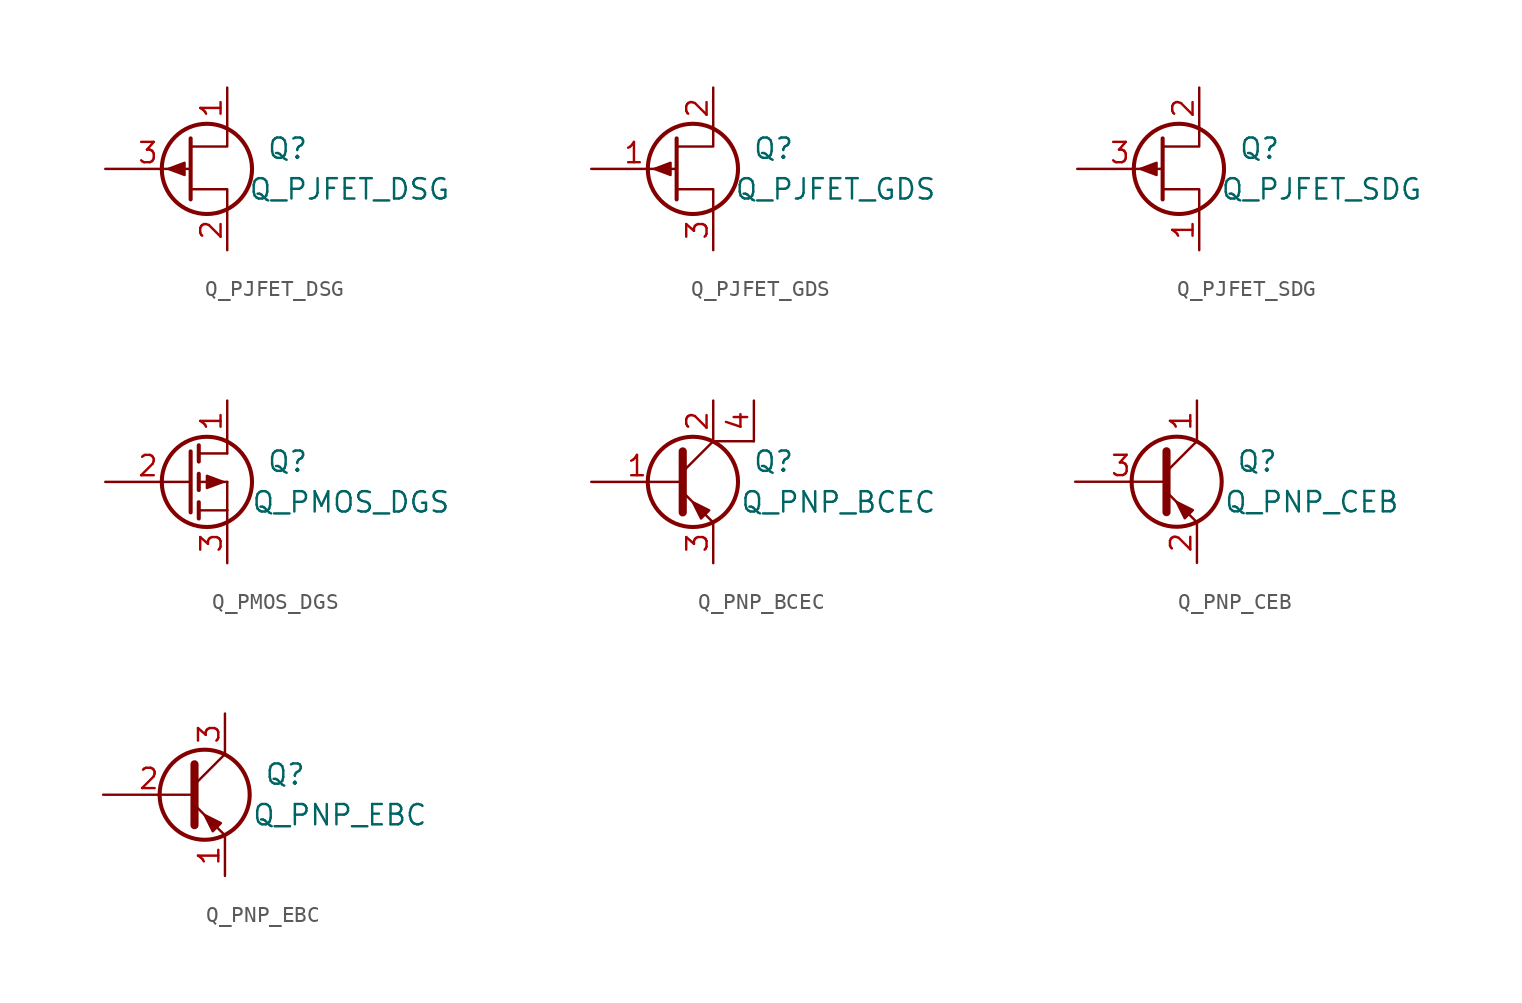
<source format=kicad_sym>
(kicad_symbol_lib
  (version 20211014)
  (generator kicad_symbol_editor)
  (symbol "Q_PJFET_DSG"
    (pin_names
      (offset 0) hide)
    (property "Reference" "Q"
      (at 7.62 1.27 0)
      (effects (font (size 1.27 1.27)) (justify right)))
    (property "Value" "Q_PJFET_DSG"
      (at 16.51 -1.27 0)
      (effects (font (size 1.27 1.27)) (justify right)))
    (property "Footprint" ""
      (at 5.08 2.54 0)
      (effects (font (size 0.737 0.737))))
    (property "Datasheet" ""
      (at 0 0 0)
      (effects (font (size 1.524 1.524))))
    (symbol "Q_PJFET_DSG_0_1"
      (polyline (pts (xy 0.254 1.905) (xy 0.254 -1.905) (xy 0.254 -1.905)) (stroke (width 0.254) (type default) (color 0 0 0 0)) (fill (type none)))
      (polyline (pts (xy 2.54 -2.54) (xy 2.54 -1.27) (xy 0.254 -1.27)) (stroke (width 0) (type default) (color 0 0 0 0)) (fill (type none)))
      (polyline (pts (xy 2.54 2.54) (xy 2.54 1.397) (xy 0.254 1.397)) (stroke (width 0) (type default) (color 0 0 0 0)) (fill (type none)))
      (polyline (pts (xy -1.143 0) (xy -0.127 0.381) (xy -0.127 -0.381) (xy -1.143 0)) (stroke (width 0) (type default) (color 0 0 0 0)) (fill (type outline)))
      (circle (center 1.27 0) (radius 2.819) (stroke (width 0.254) (type default) (color 0 0 0 0)) (fill (type none))))
    (symbol "Q_PJFET_DSG_1_1"
      (pin passive line (at 2.54 5.08 270) (length 2.54) (name "D" (effects (font (size 1.27 1.27)))) (number "1" (effects (font (size 1.27 1.27)))))
      (pin passive line (at 2.54 -5.08 90) (length 2.54) (name "S" (effects (font (size 1.27 1.27)))) (number "2" (effects (font (size 1.27 1.27)))))
      (pin input line (at -5.08 0 0) (length 5.334) (name "G" (effects (font (size 1.27 1.27)))) (number "3" (effects (font (size 1.27 1.27)))))))
  (symbol "Q_PJFET_GDS"
    (pin_names
      (offset 0) hide)
    (property "Reference" "Q"
      (at 7.62 1.27 0)
      (effects (font (size 1.27 1.27)) (justify right)))
    (property "Value" "Q_PJFET_GDS"
      (at 16.51 -1.27 0)
      (effects (font (size 1.27 1.27)) (justify right)))
    (property "Footprint" ""
      (at 5.08 2.54 0)
      (effects (font (size 0.737 0.737))))
    (property "Datasheet" ""
      (at 0 0 0)
      (effects (font (size 1.524 1.524))))
    (symbol "Q_PJFET_GDS_0_1"
      (polyline (pts (xy 0.254 1.905) (xy 0.254 -1.905) (xy 0.254 -1.905)) (stroke (width 0.254) (type default) (color 0 0 0 0)) (fill (type none)))
      (polyline (pts (xy 2.54 -2.54) (xy 2.54 -1.27) (xy 0.254 -1.27)) (stroke (width 0) (type default) (color 0 0 0 0)) (fill (type none)))
      (polyline (pts (xy 2.54 2.54) (xy 2.54 1.397) (xy 0.254 1.397)) (stroke (width 0) (type default) (color 0 0 0 0)) (fill (type none)))
      (polyline (pts (xy -1.143 0) (xy -0.127 0.381) (xy -0.127 -0.381) (xy -1.143 0)) (stroke (width 0) (type default) (color 0 0 0 0)) (fill (type outline)))
      (circle (center 1.27 0) (radius 2.819) (stroke (width 0.254) (type default) (color 0 0 0 0)) (fill (type none))))
    (symbol "Q_PJFET_GDS_1_1"
      (pin input line (at -5.08 0 0) (length 5.334) (name "G" (effects (font (size 1.27 1.27)))) (number "1" (effects (font (size 1.27 1.27)))))
      (pin passive line (at 2.54 5.08 270) (length 2.54) (name "D" (effects (font (size 1.27 1.27)))) (number "2" (effects (font (size 1.27 1.27)))))
      (pin passive line (at 2.54 -5.08 90) (length 2.54) (name "S" (effects (font (size 1.27 1.27)))) (number "3" (effects (font (size 1.27 1.27)))))))
  (symbol "Q_PJFET_SDG"
    (pin_names
      (offset 0) hide)
    (property "Reference" "Q"
      (at 7.62 1.27 0)
      (effects (font (size 1.27 1.27)) (justify right)))
    (property "Value" "Q_PJFET_SDG"
      (at 16.51 -1.27 0)
      (effects (font (size 1.27 1.27)) (justify right)))
    (property "Footprint" ""
      (at 5.08 2.54 0)
      (effects (font (size 0.737 0.737))))
    (property "Datasheet" ""
      (at 0 0 0)
      (effects (font (size 1.524 1.524))))
    (symbol "Q_PJFET_SDG_0_1"
      (polyline (pts (xy 0.254 1.905) (xy 0.254 -1.905) (xy 0.254 -1.905)) (stroke (width 0.254) (type default) (color 0 0 0 0)) (fill (type none)))
      (polyline (pts (xy 2.54 -2.54) (xy 2.54 -1.27) (xy 0.254 -1.27)) (stroke (width 0) (type default) (color 0 0 0 0)) (fill (type none)))
      (polyline (pts (xy 2.54 2.54) (xy 2.54 1.397) (xy 0.254 1.397)) (stroke (width 0) (type default) (color 0 0 0 0)) (fill (type none)))
      (polyline (pts (xy -1.143 0) (xy -0.127 0.381) (xy -0.127 -0.381) (xy -1.143 0)) (stroke (width 0) (type default) (color 0 0 0 0)) (fill (type outline)))
      (circle (center 1.27 0) (radius 2.819) (stroke (width 0.254) (type default) (color 0 0 0 0)) (fill (type none))))
    (symbol "Q_PJFET_SDG_1_1"
      (pin passive line (at 2.54 -5.08 90) (length 2.54) (name "S" (effects (font (size 1.27 1.27)))) (number "1" (effects (font (size 1.27 1.27)))))
      (pin passive line (at 2.54 5.08 270) (length 2.54) (name "D" (effects (font (size 1.27 1.27)))) (number "2" (effects (font (size 1.27 1.27)))))
      (pin input line (at -5.08 0 0) (length 5.334) (name "G" (effects (font (size 1.27 1.27)))) (number "3" (effects (font (size 1.27 1.27)))))))
  (symbol "Q_PMOS_DGS"
    (pin_names
      (offset 0) hide)
    (property "Reference" "Q"
      (at 7.62 1.27 0)
      (effects (font (size 1.27 1.27)) (justify right)))
    (property "Value" "Q_PMOS_DGS"
      (at 16.51 -1.27 0)
      (effects (font (size 1.27 1.27)) (justify right)))
    (property "Footprint" ""
      (at 5.08 2.54 0)
      (effects (font (size 0.737 0.737))))
    (property "Datasheet" ""
      (at 0 0 0)
      (effects (font (size 1.524 1.524))))
    (symbol "Q_PMOS_DGS_0_1"
      (polyline (pts (xy 0.762 -1.778) (xy 2.54 -1.778)) (stroke (width 0) (type default) (color 0 0 0 0)) (fill (type none)))
      (polyline (pts (xy 0.762 -1.27) (xy 0.762 -2.286)) (stroke (width 0.254) (type default) (color 0 0 0 0)) (fill (type none)))
      (polyline (pts (xy 0.762 0) (xy 2.54 0)) (stroke (width 0) (type default) (color 0 0 0 0)) (fill (type none)))
      (polyline (pts (xy 0.762 0.508) (xy 0.762 -0.508)) (stroke (width 0.254) (type default) (color 0 0 0 0)) (fill (type none)))
      (polyline (pts (xy 0.762 1.778) (xy 2.54 1.778)) (stroke (width 0) (type default) (color 0 0 0 0)) (fill (type none)))
      (polyline (pts (xy 0.762 2.286) (xy 0.762 1.27)) (stroke (width 0.254) (type default) (color 0 0 0 0)) (fill (type none)))
      (polyline (pts (xy 2.54 -1.778) (xy 2.54 -2.54)) (stroke (width 0) (type default) (color 0 0 0 0)) (fill (type none)))
      (polyline (pts (xy 2.54 -1.778) (xy 2.54 0)) (stroke (width 0) (type default) (color 0 0 0 0)) (fill (type none)))
      (polyline (pts (xy 2.54 2.54) (xy 2.54 1.778)) (stroke (width 0) (type default) (color 0 0 0 0)) (fill (type none)))
      (polyline (pts (xy 0.254 1.905) (xy 0.254 -1.905) (xy 0.254 -1.905)) (stroke (width 0.254) (type default) (color 0 0 0 0)) (fill (type none)))
      (polyline (pts (xy 2.286 0) (xy 1.27 -0.381) (xy 1.27 0.381) (xy 2.286 0)) (stroke (width 0) (type default) (color 0 0 0 0)) (fill (type outline)))
      (circle (center 1.27 0) (radius 2.819) (stroke (width 0.254) (type default) (color 0 0 0 0)) (fill (type none))))
    (symbol "Q_PMOS_DGS_1_1"
      (pin passive line (at 2.54 5.08 270) (length 2.54) (name "D" (effects (font (size 1.27 1.27)))) (number "1" (effects (font (size 1.27 1.27)))))
      (pin input line (at -5.08 0 0) (length 5.334) (name "G" (effects (font (size 1.27 1.27)))) (number "2" (effects (font (size 1.27 1.27)))))
      (pin passive line (at 2.54 -5.08 90) (length 2.54) (name "S" (effects (font (size 1.27 1.27)))) (number "3" (effects (font (size 1.27 1.27)))))))
  (symbol "Q_PNP_BCEC"
    (pin_names
      (offset 0) hide)
    (property "Reference" "Q"
      (at 7.62 1.27 0)
      (effects (font (size 1.27 1.27)) (justify right)))
    (property "Value" "Q_PNP_BCEC"
      (at 16.51 -1.27 0)
      (effects (font (size 1.27 1.27)) (justify right)))
    (property "Footprint" ""
      (at 5.08 2.54 0)
      (effects (font (size 0.737 0.737))))
    (property "Datasheet" ""
      (at 0 0 0)
      (effects (font (size 1.524 1.524))))
    (symbol "Q_PNP_BCEC_0_1"
      (polyline (pts (xy 0.635 0.635) (xy 2.54 2.54)) (stroke (width 0) (type default) (color 0 0 0 0)) (fill (type none)))
      (polyline (pts (xy 5.08 2.54) (xy 2.54 2.54)) (stroke (width 0) (type default) (color 0 0 0 0)) (fill (type none)))
      (polyline (pts (xy 0.635 -0.635) (xy 2.54 -2.54) (xy 2.54 -2.54)) (stroke (width 0) (type default) (color 0 0 0 0)) (fill (type none)))
      (polyline (pts (xy 0.635 1.905) (xy 0.635 -1.905) (xy 0.635 -1.905)) (stroke (width 0.508) (type default) (color 0 0 0 0)) (fill (type none)))
      (polyline (pts (xy 2.286 -1.778) (xy 1.778 -2.286) (xy 1.27 -1.27) (xy 2.286 -1.778) (xy 2.286 -1.778)) (stroke (width 0) (type default) (color 0 0 0 0)) (fill (type outline)))
      (circle (center 1.27 0) (radius 2.819) (stroke (width 0.254) (type default) (color 0 0 0 0)) (fill (type none))))
    (symbol "Q_PNP_BCEC_1_1"
      (pin input line (at -5.08 0 0) (length 5.715) (name "B" (effects (font (size 1.27 1.27)))) (number "1" (effects (font (size 1.27 1.27)))))
      (pin passive line (at 2.54 5.08 270) (length 2.54) (name "C" (effects (font (size 1.27 1.27)))) (number "2" (effects (font (size 1.27 1.27)))))
      (pin passive line (at 2.54 -5.08 90) (length 2.54) (name "E" (effects (font (size 1.27 1.27)))) (number "3" (effects (font (size 1.27 1.27)))))
      (pin passive line (at 5.08 5.08 270) (length 2.54) (name "C" (effects (font (size 1.27 1.27)))) (number "4" (effects (font (size 1.27 1.27)))))))
  (symbol "Q_PNP_CEB"
    (pin_names
      (offset 0) hide)
    (property "Reference" "Q"
      (at 7.62 1.27 0)
      (effects (font (size 1.27 1.27)) (justify right)))
    (property "Value" "Q_PNP_CEB"
      (at 15.24 -1.27 0)
      (effects (font (size 1.27 1.27)) (justify right)))
    (property "Footprint" ""
      (at 5.08 2.54 0)
      (effects (font (size 0.737 0.737))))
    (property "Datasheet" ""
      (at 0 0 0)
      (effects (font (size 1.524 1.524))))
    (symbol "Q_PNP_CEB_0_1"
      (polyline (pts (xy 0.635 0.635) (xy 2.54 2.54)) (stroke (width 0) (type default) (color 0 0 0 0)) (fill (type none)))
      (polyline (pts (xy 0.635 -0.635) (xy 2.54 -2.54) (xy 2.54 -2.54)) (stroke (width 0) (type default) (color 0 0 0 0)) (fill (type none)))
      (polyline (pts (xy 0.635 1.905) (xy 0.635 -1.905) (xy 0.635 -1.905)) (stroke (width 0.508) (type default) (color 0 0 0 0)) (fill (type none)))
      (polyline (pts (xy 2.286 -1.778) (xy 1.778 -2.286) (xy 1.27 -1.27) (xy 2.286 -1.778) (xy 2.286 -1.778)) (stroke (width 0) (type default) (color 0 0 0 0)) (fill (type outline)))
      (circle (center 1.27 0) (radius 2.819) (stroke (width 0.254) (type default) (color 0 0 0 0)) (fill (type none))))
    (symbol "Q_PNP_CEB_1_1"
      (pin passive line (at 2.54 5.08 270) (length 2.54) (name "C" (effects (font (size 1.27 1.27)))) (number "1" (effects (font (size 1.27 1.27)))))
      (pin passive line (at 2.54 -5.08 90) (length 2.54) (name "E" (effects (font (size 1.27 1.27)))) (number "2" (effects (font (size 1.27 1.27)))))
      (pin input line (at -5.08 0 0) (length 5.715) (name "B" (effects (font (size 1.27 1.27)))) (number "3" (effects (font (size 1.27 1.27)))))))
  (symbol "Q_PNP_EBC"
    (pin_names
      (offset 0) hide)
    (property "Reference" "Q"
      (at 7.62 1.27 0)
      (effects (font (size 1.27 1.27)) (justify right)))
    (property "Value" "Q_PNP_EBC"
      (at 15.24 -1.27 0)
      (effects (font (size 1.27 1.27)) (justify right)))
    (property "Footprint" ""
      (at 5.08 2.54 0)
      (effects (font (size 0.737 0.737))))
    (property "Datasheet" ""
      (at 0 0 0)
      (effects (font (size 1.524 1.524))))
    (symbol "Q_PNP_EBC_0_1"
      (polyline (pts (xy 0.635 0.635) (xy 2.54 2.54)) (stroke (width 0) (type default) (color 0 0 0 0)) (fill (type none)))
      (polyline (pts (xy 0.635 -0.635) (xy 2.54 -2.54) (xy 2.54 -2.54)) (stroke (width 0) (type default) (color 0 0 0 0)) (fill (type none)))
      (polyline (pts (xy 0.635 1.905) (xy 0.635 -1.905) (xy 0.635 -1.905)) (stroke (width 0.508) (type default) (color 0 0 0 0)) (fill (type none)))
      (polyline (pts (xy 2.286 -1.778) (xy 1.778 -2.286) (xy 1.27 -1.27) (xy 2.286 -1.778) (xy 2.286 -1.778)) (stroke (width 0) (type default) (color 0 0 0 0)) (fill (type outline)))
      (circle (center 1.27 0) (radius 2.819) (stroke (width 0.254) (type default) (color 0 0 0 0)) (fill (type none))))
    (symbol "Q_PNP_EBC_1_1"
      (pin passive line (at 2.54 -5.08 90) (length 2.54) (name "E" (effects (font (size 1.27 1.27)))) (number "1" (effects (font (size 1.27 1.27)))))
      (pin input line (at -5.08 0 0) (length 5.715) (name "B" (effects (font (size 1.27 1.27)))) (number "2" (effects (font (size 1.27 1.27)))))
      (pin passive line (at 2.54 5.08 270) (length 2.54) (name "C" (effects (font (size 1.27 1.27)))) (number "3" (effects (font (size 1.27 1.27))))))))
</source>
